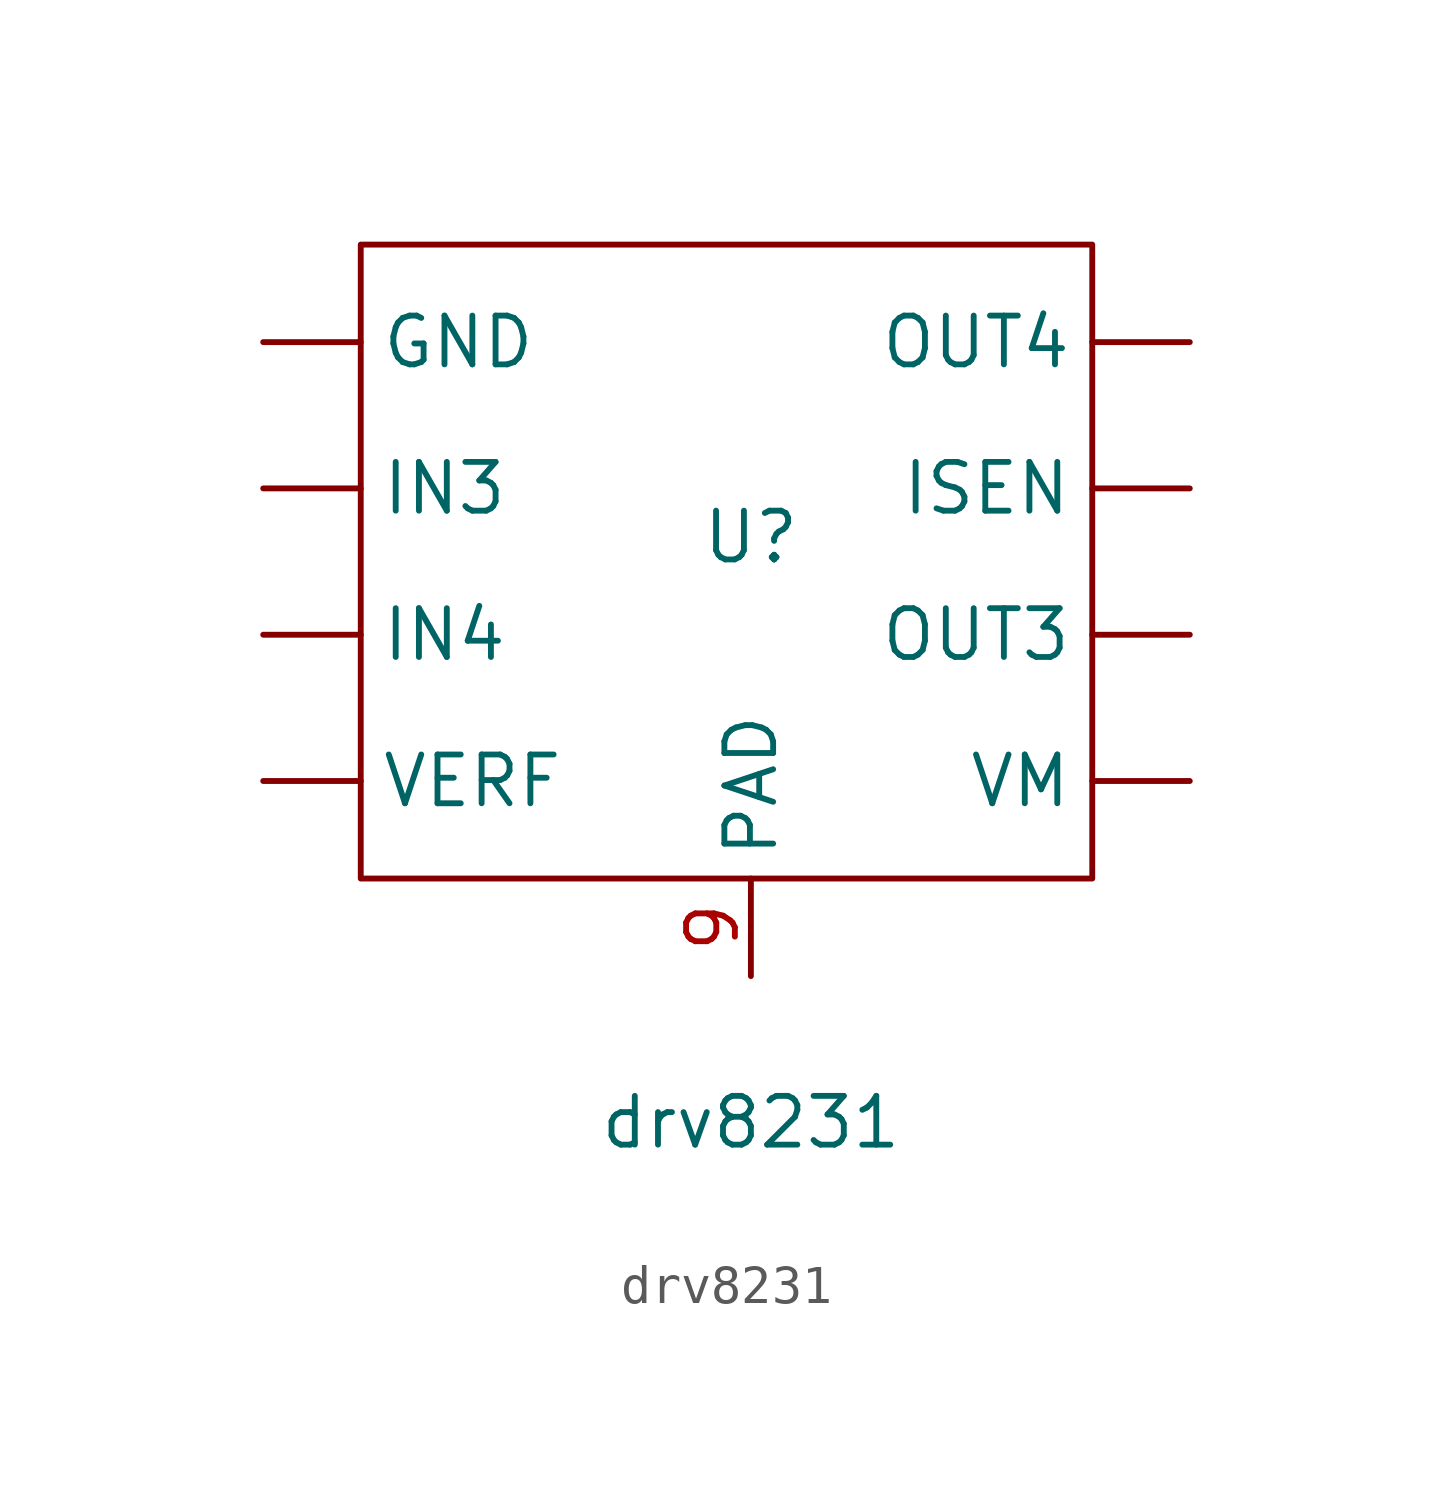
<source format=kicad_sym>
(kicad_symbol_lib
  (version 20211014)
  (generator kicad_symbol_editor)
  (symbol "drv8231"
    (property "Reference" "U"
      (at 0 0 0)
      (effects (font (size 1.27 1.27))))
    (property "Value" "drv8231"
      (at 0 -15.24 0)
      (effects (font (size 1.27 1.27))))
    (symbol "drv8231_0_1"
      (rectangle (start -10.16 7.62) (end 8.89 -8.89) (stroke (width 0) (type default) (color 0 0 0 0)) (fill (type none))))
    (symbol "drv8231_1_1"
      (pin input line (at -12.7 5.08 0) (length 2.54) (name "GND" (effects (font (size 1.27 1.27)))) (number "" (effects (font (size 1.27 1.27)))))
      (pin input line (at -12.7 1.27 0) (length 2.54) (name "IN3" (effects (font (size 1.27 1.27)))) (number "" (effects (font (size 1.27 1.27)))))
      (pin input line (at -12.7 -2.54 0) (length 2.54) (name "IN4" (effects (font (size 1.27 1.27)))) (number "" (effects (font (size 1.27 1.27)))))
      (pin input line (at 11.43 1.27 180) (length 2.54) (name "ISEN" (effects (font (size 1.27 1.27)))) (number "" (effects (font (size 1.27 1.27)))))
      (pin input line (at 11.43 -2.54 180) (length 2.54) (name "OUT3" (effects (font (size 1.27 1.27)))) (number "" (effects (font (size 1.27 1.27)))))
      (pin input line (at 11.43 5.08 180) (length 2.54) (name "OUT4" (effects (font (size 1.27 1.27)))) (number "" (effects (font (size 1.27 1.27)))))
      (pin input line (at -12.7 -6.35 0) (length 2.54) (name "VERF" (effects (font (size 1.27 1.27)))) (number "" (effects (font (size 1.27 1.27)))))
      (pin input line (at 11.43 -6.35 180) (length 2.54) (name "VM" (effects (font (size 1.27 1.27)))) (number "" (effects (font (size 1.27 1.27)))))
      (pin input line (at 0 -11.43 90) (length 2.54) (name "PAD" (effects (font (size 1.27 1.27)))) (number "9" (effects (font (size 1.27 1.27))))))))
</source>
